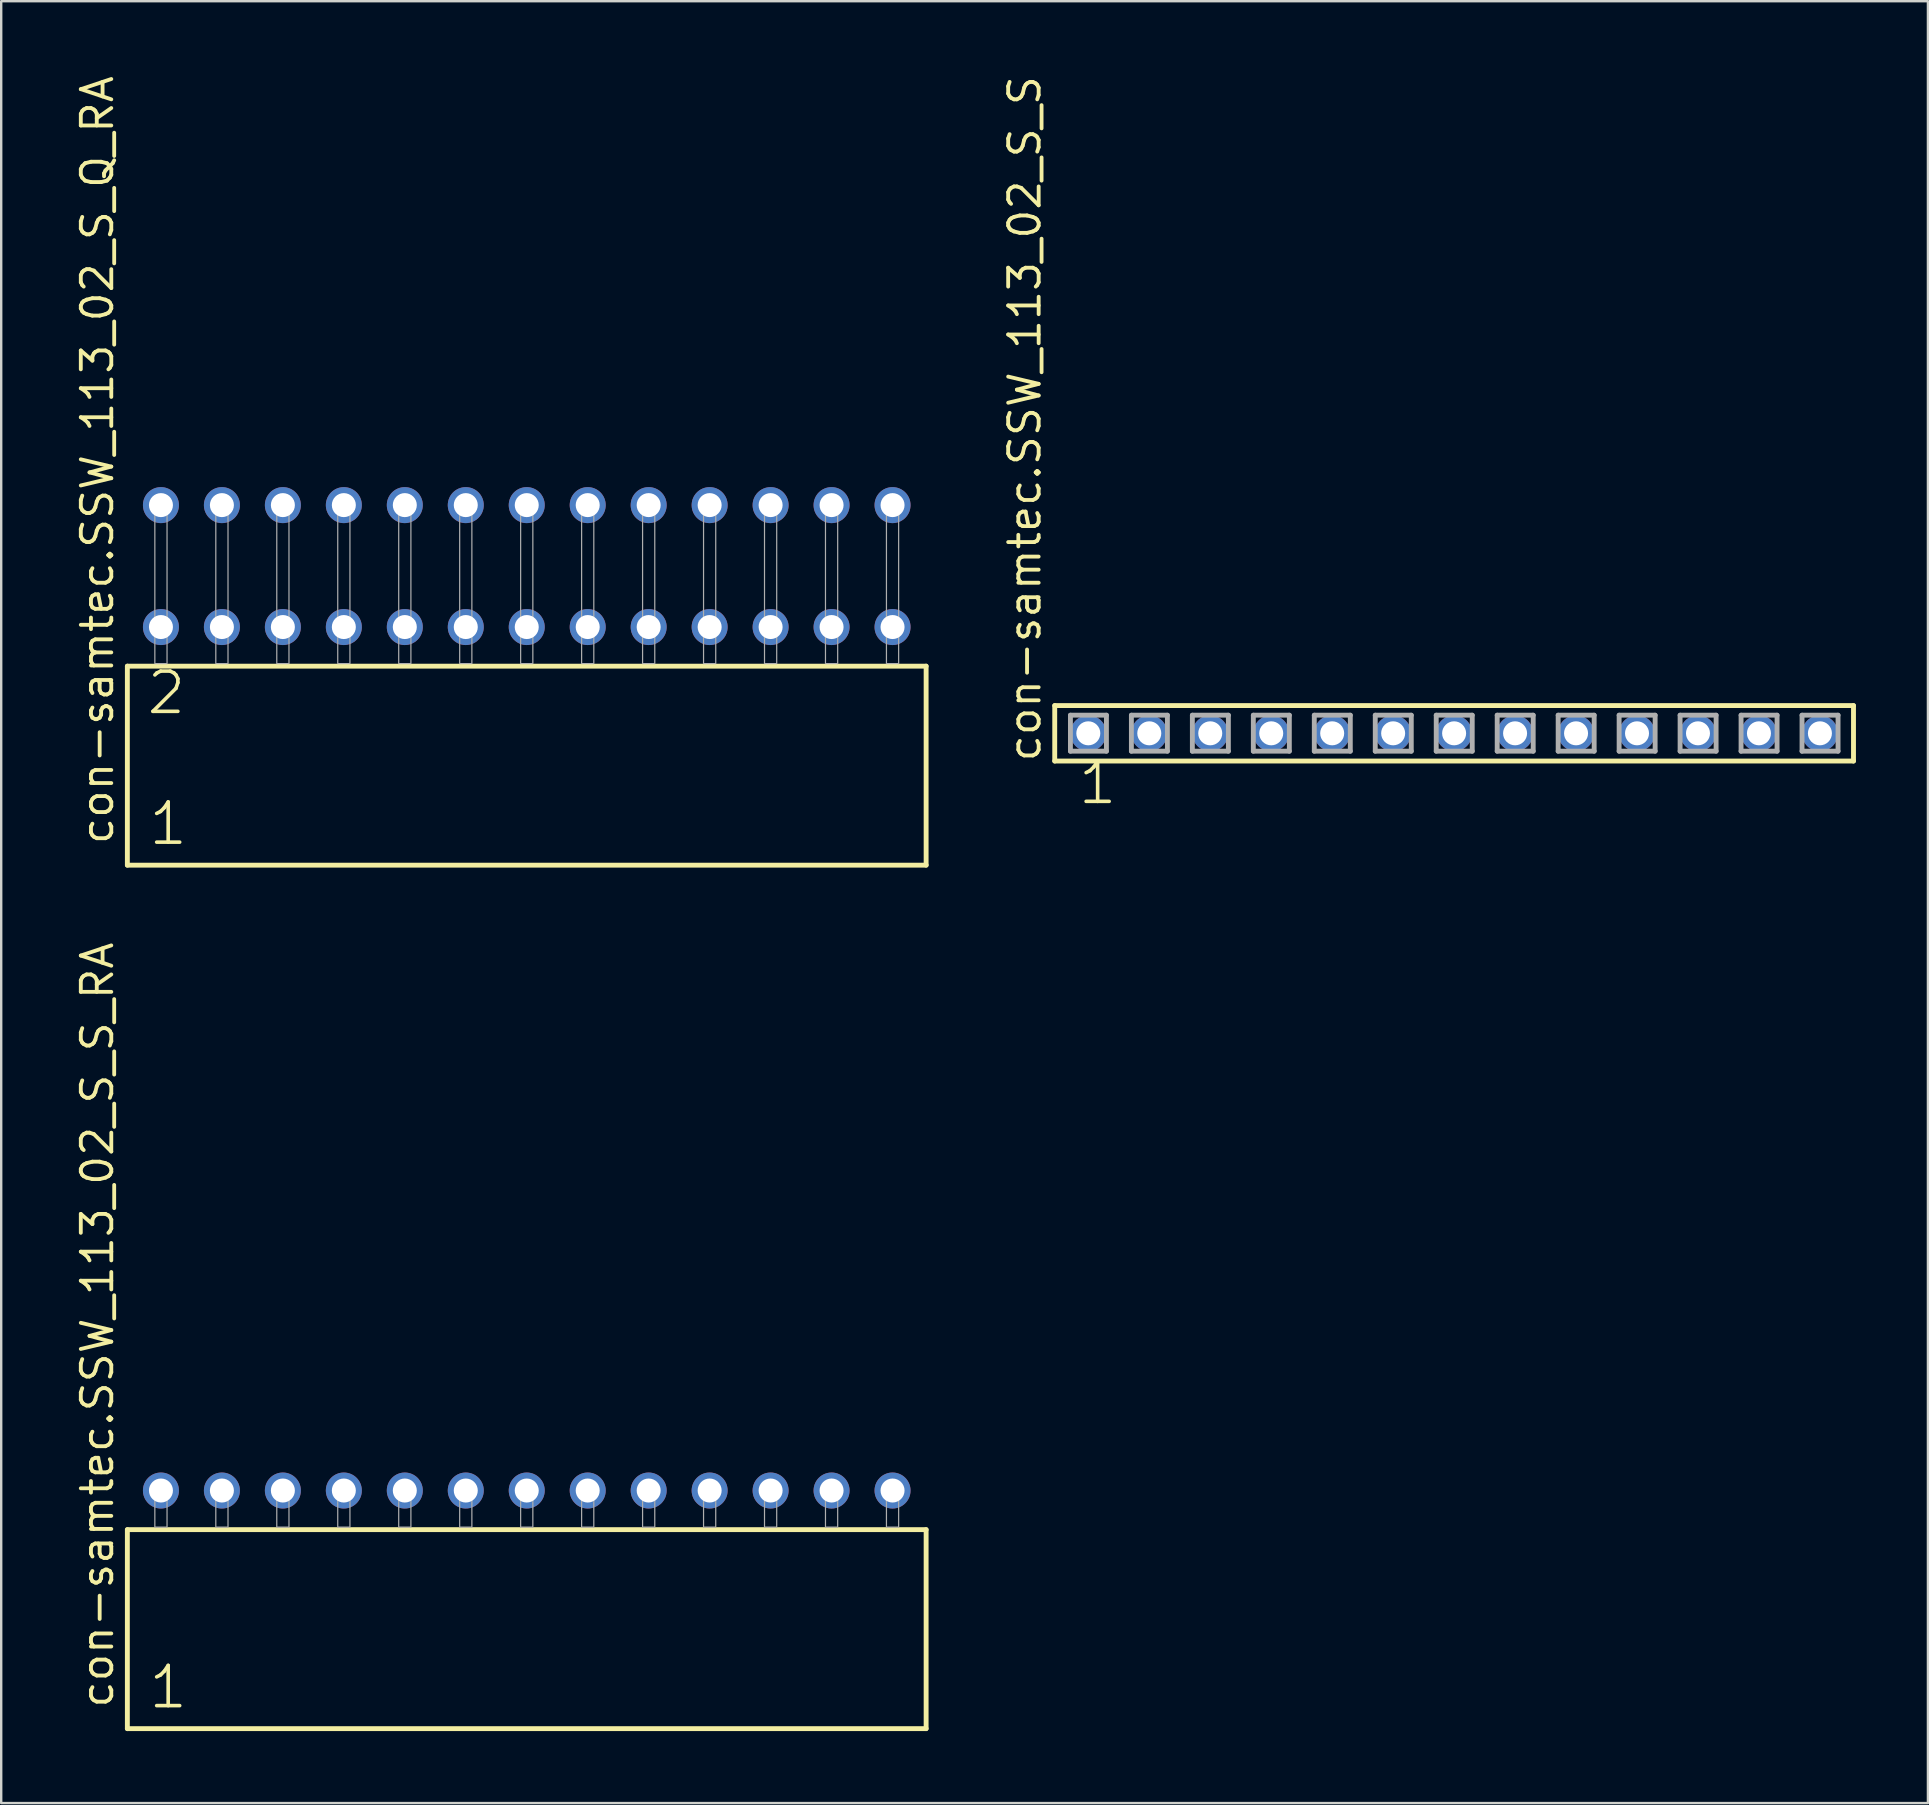
<source format=kicad_pcb>
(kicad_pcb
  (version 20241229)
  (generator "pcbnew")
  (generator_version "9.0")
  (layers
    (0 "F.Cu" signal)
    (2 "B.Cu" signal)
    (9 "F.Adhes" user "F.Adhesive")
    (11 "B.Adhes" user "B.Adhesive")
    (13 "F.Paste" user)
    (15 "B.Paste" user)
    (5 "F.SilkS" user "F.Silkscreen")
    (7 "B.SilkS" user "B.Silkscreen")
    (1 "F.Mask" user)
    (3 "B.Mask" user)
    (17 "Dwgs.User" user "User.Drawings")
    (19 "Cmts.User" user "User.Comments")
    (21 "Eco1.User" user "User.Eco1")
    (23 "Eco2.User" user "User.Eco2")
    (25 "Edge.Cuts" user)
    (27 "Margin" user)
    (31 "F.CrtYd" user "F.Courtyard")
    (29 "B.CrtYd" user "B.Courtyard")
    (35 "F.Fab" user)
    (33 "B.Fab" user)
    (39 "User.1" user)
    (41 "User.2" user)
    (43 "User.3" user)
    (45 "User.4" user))
  (footprint "con-samtec.SSW_113_02_S_S"
    (layer "F.Cu")
    (at 57.531 27.501)
    (property "Reference" "con-samtec.SSW_113_02_S_S" (at -17.145 1.27 90) (layer "F.SilkS") (effects (font (size 1.27 1.27) (thickness 0.16)) (justify left bottom)))
    (attr through_hole)
    (fp_line (start -16.639 -1.155) (end 16.639 -1.155) (stroke (width 0.203) (type default)) (layer "F.SilkS"))
    (fp_line (start -16.639 1.155) (end -16.639 -1.155) (stroke (width 0.203) (type default)) (layer "F.SilkS"))
    (fp_line (start 16.639 -1.155) (end 16.639 1.155) (stroke (width 0.203) (type default)) (layer "F.SilkS"))
    (fp_line (start 16.639 1.155) (end -16.639 1.155) (stroke (width 0.203) (type default)) (layer "F.SilkS"))
    (fp_line (start -15.985 -0.755) (end -14.485 -0.755) (stroke (width 0.203) (type default)) (layer "F.Fab"))
    (fp_line (start -15.985 0.745) (end -15.985 -0.755) (stroke (width 0.203) (type default)) (layer "F.Fab"))
    (fp_line (start -14.485 -0.755) (end -14.485 0.745) (stroke (width 0.203) (type default)) (layer "F.Fab"))
    (fp_line (start -14.485 0.745) (end -15.985 0.745) (stroke (width 0.203) (type default)) (layer "F.Fab"))
    (fp_line (start -13.445 -0.755) (end -11.945 -0.755) (stroke (width 0.203) (type default)) (layer "F.Fab"))
    (fp_line (start -13.445 0.745) (end -13.445 -0.755) (stroke (width 0.203) (type default)) (layer "F.Fab"))
    (fp_line (start -11.945 -0.755) (end -11.945 0.745) (stroke (width 0.203) (type default)) (layer "F.Fab"))
    (fp_line (start -11.945 0.745) (end -13.445 0.745) (stroke (width 0.203) (type default)) (layer "F.Fab"))
    (fp_line (start -10.905 -0.755) (end -9.405 -0.755) (stroke (width 0.203) (type default)) (layer "F.Fab"))
    (fp_line (start -10.905 0.745) (end -10.905 -0.755) (stroke (width 0.203) (type default)) (layer "F.Fab"))
    (fp_line (start -9.405 -0.755) (end -9.405 0.745) (stroke (width 0.203) (type default)) (layer "F.Fab"))
    (fp_line (start -9.405 0.745) (end -10.905 0.745) (stroke (width 0.203) (type default)) (layer "F.Fab"))
    (fp_line (start -8.365 -0.755) (end -6.865 -0.755) (stroke (width 0.203) (type default)) (layer "F.Fab"))
    (fp_line (start -8.365 0.745) (end -8.365 -0.755) (stroke (width 0.203) (type default)) (layer "F.Fab"))
    (fp_line (start -6.865 -0.755) (end -6.865 0.745) (stroke (width 0.203) (type default)) (layer "F.Fab"))
    (fp_line (start -6.865 0.745) (end -8.365 0.745) (stroke (width 0.203) (type default)) (layer "F.Fab"))
    (fp_line (start -5.825 -0.755) (end -4.325 -0.755) (stroke (width 0.203) (type default)) (layer "F.Fab"))
    (fp_line (start -5.825 0.745) (end -5.825 -0.755) (stroke (width 0.203) (type default)) (layer "F.Fab"))
    (fp_line (start -4.325 -0.755) (end -4.325 0.745) (stroke (width 0.203) (type default)) (layer "F.Fab"))
    (fp_line (start -4.325 0.745) (end -5.825 0.745) (stroke (width 0.203) (type default)) (layer "F.Fab"))
    (fp_line (start -3.285 -0.755) (end -1.785 -0.755) (stroke (width 0.203) (type default)) (layer "F.Fab"))
    (fp_line (start -3.285 0.745) (end -3.285 -0.755) (stroke (width 0.203) (type default)) (layer "F.Fab"))
    (fp_line (start -1.785 -0.755) (end -1.785 0.745) (stroke (width 0.203) (type default)) (layer "F.Fab"))
    (fp_line (start -1.785 0.745) (end -3.285 0.745) (stroke (width 0.203) (type default)) (layer "F.Fab"))
    (fp_line (start -0.745 -0.755) (end 0.755 -0.755) (stroke (width 0.203) (type default)) (layer "F.Fab"))
    (fp_line (start -0.745 0.745) (end -0.745 -0.755) (stroke (width 0.203) (type default)) (layer "F.Fab"))
    (fp_line (start 0.755 -0.755) (end 0.755 0.745) (stroke (width 0.203) (type default)) (layer "F.Fab"))
    (fp_line (start 0.755 0.745) (end -0.745 0.745) (stroke (width 0.203) (type default)) (layer "F.Fab"))
    (fp_line (start 1.795 -0.755) (end 3.295 -0.755) (stroke (width 0.203) (type default)) (layer "F.Fab"))
    (fp_line (start 1.795 0.745) (end 1.795 -0.755) (stroke (width 0.203) (type default)) (layer "F.Fab"))
    (fp_line (start 3.295 -0.755) (end 3.295 0.745) (stroke (width 0.203) (type default)) (layer "F.Fab"))
    (fp_line (start 3.295 0.745) (end 1.795 0.745) (stroke (width 0.203) (type default)) (layer "F.Fab"))
    (fp_line (start 4.335 -0.755) (end 5.835 -0.755) (stroke (width 0.203) (type default)) (layer "F.Fab"))
    (fp_line (start 4.335 0.745) (end 4.335 -0.755) (stroke (width 0.203) (type default)) (layer "F.Fab"))
    (fp_line (start 5.835 -0.755) (end 5.835 0.745) (stroke (width 0.203) (type default)) (layer "F.Fab"))
    (fp_line (start 5.835 0.745) (end 4.335 0.745) (stroke (width 0.203) (type default)) (layer "F.Fab"))
    (fp_line (start 6.875 -0.755) (end 8.375 -0.755) (stroke (width 0.203) (type default)) (layer "F.Fab"))
    (fp_line (start 6.875 0.745) (end 6.875 -0.755) (stroke (width 0.203) (type default)) (layer "F.Fab"))
    (fp_line (start 8.375 -0.755) (end 8.375 0.745) (stroke (width 0.203) (type default)) (layer "F.Fab"))
    (fp_line (start 8.375 0.745) (end 6.875 0.745) (stroke (width 0.203) (type default)) (layer "F.Fab"))
    (fp_line (start 9.415 -0.755) (end 10.915 -0.755) (stroke (width 0.203) (type default)) (layer "F.Fab"))
    (fp_line (start 9.415 0.745) (end 9.415 -0.755) (stroke (width 0.203) (type default)) (layer "F.Fab"))
    (fp_line (start 10.915 -0.755) (end 10.915 0.745) (stroke (width 0.203) (type default)) (layer "F.Fab"))
    (fp_line (start 10.915 0.745) (end 9.415 0.745) (stroke (width 0.203) (type default)) (layer "F.Fab"))
    (fp_line (start 11.955 -0.755) (end 13.455 -0.755) (stroke (width 0.203) (type default)) (layer "F.Fab"))
    (fp_line (start 11.955 0.745) (end 11.955 -0.755) (stroke (width 0.203) (type default)) (layer "F.Fab"))
    (fp_line (start 13.455 -0.755) (end 13.455 0.745) (stroke (width 0.203) (type default)) (layer "F.Fab"))
    (fp_line (start 13.455 0.745) (end 11.955 0.745) (stroke (width 0.203) (type default)) (layer "F.Fab"))
    (fp_line (start 14.495 -0.755) (end 15.995 -0.755) (stroke (width 0.203) (type default)) (layer "F.Fab"))
    (fp_line (start 14.495 0.745) (end 14.495 -0.755) (stroke (width 0.203) (type default)) (layer "F.Fab"))
    (fp_line (start 15.995 -0.755) (end 15.995 0.745) (stroke (width 0.203) (type default)) (layer "F.Fab"))
    (fp_line (start 15.995 0.745) (end 14.495 0.745) (stroke (width 0.203) (type default)) (layer "F.Fab"))
    (fp_text user "1" (at -15.748 3.048 0) (layer "F.SilkS") (effects (font (size 1.676 1.676) (thickness 0.15)) (justify left bottom)))
    (pad "1" thru_hole circle (at -15.24 0) (size 1.5 1.5) (drill 1) (layers "*.Cu" "*.Mask"))
    (pad "2" thru_hole circle (at -12.7 0) (size 1.5 1.5) (drill 1) (layers "*.Cu" "*.Mask"))
    (pad "3" thru_hole circle (at -10.16 0) (size 1.5 1.5) (drill 1) (layers "*.Cu" "*.Mask"))
    (pad "4" thru_hole circle (at -7.62 0) (size 1.5 1.5) (drill 1) (layers "*.Cu" "*.Mask"))
    (pad "5" thru_hole circle (at -5.08 0) (size 1.5 1.5) (drill 1) (layers "*.Cu" "*.Mask"))
    (pad "6" thru_hole circle (at -2.54 0) (size 1.5 1.5) (drill 1) (layers "*.Cu" "*.Mask"))
    (pad "7" thru_hole circle (at 0 0) (size 1.5 1.5) (drill 1) (layers "*.Cu" "*.Mask"))
    (pad "8" thru_hole circle (at 2.54 0) (size 1.5 1.5) (drill 1) (layers "*.Cu" "*.Mask"))
    (pad "9" thru_hole circle (at 5.08 0) (size 1.5 1.5) (drill 1) (layers "*.Cu" "*.Mask"))
    (pad "10" thru_hole circle (at 7.62 0) (size 1.5 1.5) (drill 1) (layers "*.Cu" "*.Mask"))
    (pad "11" thru_hole circle (at 10.16 0) (size 1.5 1.5) (drill 1) (layers "*.Cu" "*.Mask"))
    (pad "12" thru_hole circle (at 12.7 0) (size 1.5 1.5) (drill 1) (layers "*.Cu" "*.Mask"))
    (pad "13" thru_hole circle (at 15.24 0) (size 1.5 1.5) (drill 1) (layers "*.Cu" "*.Mask")))
  (footprint "con-samtec.SSW_113_02_S_S_RA"
    (layer "F.Cu")
    (at 18.895 60.572)
    (property "Reference" "con-samtec.SSW_113_02_S_S_RA" (at -17.145 7.62 90) (layer "F.SilkS") (effects (font (size 1.27 1.27) (thickness 0.16)) (justify left bottom)))
    (attr through_hole)
    (fp_line (start -16.639 0.106) (end -16.639 8.396) (stroke (width 0.203) (type default)) (layer "F.SilkS"))
    (fp_line (start -16.639 8.396) (end 16.639 8.396) (stroke (width 0.203) (type default)) (layer "F.SilkS"))
    (fp_line (start 16.639 0.106) (end -16.639 0.106) (stroke (width 0.203) (type default)) (layer "F.SilkS"))
    (fp_line (start 16.639 8.396) (end 16.639 0.106) (stroke (width 0.203) (type default)) (layer "F.SilkS"))
    (fp_rect (start -15.494 0) (end -14.986 -1.778) (stroke (width 0.05) (type default)) (fill no) (layer "F.Fab"))
    (fp_rect (start -12.954 0) (end -12.446 -1.778) (stroke (width 0.05) (type default)) (fill no) (layer "F.Fab"))
    (fp_rect (start -10.414 0) (end -9.906 -1.778) (stroke (width 0.05) (type default)) (fill no) (layer "F.Fab"))
    (fp_rect (start -7.874 0) (end -7.366 -1.778) (stroke (width 0.05) (type default)) (fill no) (layer "F.Fab"))
    (fp_rect (start -5.334 0) (end -4.826 -1.778) (stroke (width 0.05) (type default)) (fill no) (layer "F.Fab"))
    (fp_rect (start -2.794 0) (end -2.286 -1.778) (stroke (width 0.05) (type default)) (fill no) (layer "F.Fab"))
    (fp_rect (start -0.254 0) (end 0.254 -1.778) (stroke (width 0.05) (type default)) (fill no) (layer "F.Fab"))
    (fp_rect (start 2.286 0) (end 2.794 -1.778) (stroke (width 0.05) (type default)) (fill no) (layer "F.Fab"))
    (fp_rect (start 4.826 0) (end 5.334 -1.778) (stroke (width 0.05) (type default)) (fill no) (layer "F.Fab"))
    (fp_rect (start 7.366 0) (end 7.874 -1.778) (stroke (width 0.05) (type default)) (fill no) (layer "F.Fab"))
    (fp_rect (start 9.906 0) (end 10.414 -1.778) (stroke (width 0.05) (type default)) (fill no) (layer "F.Fab"))
    (fp_rect (start 12.446 0) (end 12.954 -1.778) (stroke (width 0.05) (type default)) (fill no) (layer "F.Fab"))
    (fp_rect (start 14.986 0) (end 15.494 -1.778) (stroke (width 0.05) (type default)) (fill no) (layer "F.Fab"))
    (fp_text user "1" (at -15.835 7.65 0) (layer "F.SilkS") (effects (font (size 1.676 1.676) (thickness 0.15)) (justify left bottom)))
    (pad "1" thru_hole circle (at -15.24 -1.524) (size 1.5 1.5) (drill 1) (layers "*.Cu" "*.Mask"))
    (pad "2" thru_hole circle (at -12.7 -1.524) (size 1.5 1.5) (drill 1) (layers "*.Cu" "*.Mask"))
    (pad "3" thru_hole circle (at -10.16 -1.524) (size 1.5 1.5) (drill 1) (layers "*.Cu" "*.Mask"))
    (pad "4" thru_hole circle (at -7.62 -1.524) (size 1.5 1.5) (drill 1) (layers "*.Cu" "*.Mask"))
    (pad "5" thru_hole circle (at -5.08 -1.524) (size 1.5 1.5) (drill 1) (layers "*.Cu" "*.Mask"))
    (pad "6" thru_hole circle (at -2.54 -1.524) (size 1.5 1.5) (drill 1) (layers "*.Cu" "*.Mask"))
    (pad "7" thru_hole circle (at 0 -1.524) (size 1.5 1.5) (drill 1) (layers "*.Cu" "*.Mask"))
    (pad "8" thru_hole circle (at 2.54 -1.524) (size 1.5 1.5) (drill 1) (layers "*.Cu" "*.Mask"))
    (pad "9" thru_hole circle (at 5.08 -1.524) (size 1.5 1.5) (drill 1) (layers "*.Cu" "*.Mask"))
    (pad "10" thru_hole circle (at 7.62 -1.524) (size 1.5 1.5) (drill 1) (layers "*.Cu" "*.Mask"))
    (pad "11" thru_hole circle (at 10.16 -1.524) (size 1.5 1.5) (drill 1) (layers "*.Cu" "*.Mask"))
    (pad "12" thru_hole circle (at 12.7 -1.524) (size 1.5 1.5) (drill 1) (layers "*.Cu" "*.Mask"))
    (pad "13" thru_hole circle (at 15.24 -1.524) (size 1.5 1.5) (drill 1) (layers "*.Cu" "*.Mask")))
  (footprint "con-samtec.SSW_113_02_S_Q_RA"
    (layer "F.Cu")
    (at 18.895 24.598)
    (property "Reference" "con-samtec.SSW_113_02_S_Q_RA" (at -17.145 7.62 90) (layer "F.SilkS") (effects (font (size 1.27 1.27) (thickness 0.16)) (justify left bottom)))
    (attr through_hole)
    (fp_line (start -16.639 0.106) (end -16.639 8.396) (stroke (width 0.203) (type default)) (layer "F.SilkS"))
    (fp_line (start -16.639 8.396) (end 16.639 8.396) (stroke (width 0.203) (type default)) (layer "F.SilkS"))
    (fp_line (start 16.639 0.106) (end -16.639 0.106) (stroke (width 0.203) (type default)) (layer "F.SilkS"))
    (fp_line (start 16.639 8.396) (end 16.639 0.106) (stroke (width 0.203) (type default)) (layer "F.SilkS"))
    (fp_rect (start -15.494 0) (end -14.986 -6.858) (stroke (width 0.05) (type default)) (fill no) (layer "F.Fab"))
    (fp_rect (start -12.954 0) (end -12.446 -6.858) (stroke (width 0.05) (type default)) (fill no) (layer "F.Fab"))
    (fp_rect (start -10.414 0) (end -9.906 -6.858) (stroke (width 0.05) (type default)) (fill no) (layer "F.Fab"))
    (fp_rect (start -7.874 0) (end -7.366 -6.858) (stroke (width 0.05) (type default)) (fill no) (layer "F.Fab"))
    (fp_rect (start -5.334 0) (end -4.826 -6.858) (stroke (width 0.05) (type default)) (fill no) (layer "F.Fab"))
    (fp_rect (start -2.794 0) (end -2.286 -6.858) (stroke (width 0.05) (type default)) (fill no) (layer "F.Fab"))
    (fp_rect (start -0.254 0) (end 0.254 -6.858) (stroke (width 0.05) (type default)) (fill no) (layer "F.Fab"))
    (fp_rect (start 2.286 0) (end 2.794 -6.858) (stroke (width 0.05) (type default)) (fill no) (layer "F.Fab"))
    (fp_rect (start 4.826 0) (end 5.334 -6.858) (stroke (width 0.05) (type default)) (fill no) (layer "F.Fab"))
    (fp_rect (start 7.366 0) (end 7.874 -6.858) (stroke (width 0.05) (type default)) (fill no) (layer "F.Fab"))
    (fp_rect (start 9.906 0) (end 10.414 -6.858) (stroke (width 0.05) (type default)) (fill no) (layer "F.Fab"))
    (fp_rect (start 12.446 0) (end 12.954 -6.858) (stroke (width 0.05) (type default)) (fill no) (layer "F.Fab"))
    (fp_rect (start 14.986 0) (end 15.494 -6.858) (stroke (width 0.05) (type default)) (fill no) (layer "F.Fab"))
    (fp_text user "2" (at -15.91 2.2 0) (layer "F.SilkS") (effects (font (size 1.676 1.676) (thickness 0.15)) (justify left bottom)))
    (fp_text user "1" (at -15.835 7.65 0) (layer "F.SilkS") (effects (font (size 1.676 1.676) (thickness 0.15)) (justify left bottom)))
    (pad "1" thru_hole circle (at -15.24 -1.524) (size 1.5 1.5) (drill 1) (layers "*.Cu" "*.Mask"))
    (pad "2" thru_hole circle (at -15.24 -6.604) (size 1.5 1.5) (drill 1) (layers "*.Cu" "*.Mask"))
    (pad "3" thru_hole circle (at -12.7 -1.524) (size 1.5 1.5) (drill 1) (layers "*.Cu" "*.Mask"))
    (pad "4" thru_hole circle (at -12.7 -6.604) (size 1.5 1.5) (drill 1) (layers "*.Cu" "*.Mask"))
    (pad "5" thru_hole circle (at -10.16 -1.524) (size 1.5 1.5) (drill 1) (layers "*.Cu" "*.Mask"))
    (pad "6" thru_hole circle (at -10.16 -6.604) (size 1.5 1.5) (drill 1) (layers "*.Cu" "*.Mask"))
    (pad "7" thru_hole circle (at -7.62 -1.524) (size 1.5 1.5) (drill 1) (layers "*.Cu" "*.Mask"))
    (pad "8" thru_hole circle (at -7.62 -6.604) (size 1.5 1.5) (drill 1) (layers "*.Cu" "*.Mask"))
    (pad "9" thru_hole circle (at -5.08 -1.524) (size 1.5 1.5) (drill 1) (layers "*.Cu" "*.Mask"))
    (pad "10" thru_hole circle (at -5.08 -6.604) (size 1.5 1.5) (drill 1) (layers "*.Cu" "*.Mask"))
    (pad "11" thru_hole circle (at -2.54 -1.524) (size 1.5 1.5) (drill 1) (layers "*.Cu" "*.Mask"))
    (pad "12" thru_hole circle (at -2.54 -6.604) (size 1.5 1.5) (drill 1) (layers "*.Cu" "*.Mask"))
    (pad "13" thru_hole circle (at 0 -1.524) (size 1.5 1.5) (drill 1) (layers "*.Cu" "*.Mask"))
    (pad "14" thru_hole circle (at 0 -6.604) (size 1.5 1.5) (drill 1) (layers "*.Cu" "*.Mask"))
    (pad "15" thru_hole circle (at 2.54 -1.524) (size 1.5 1.5) (drill 1) (layers "*.Cu" "*.Mask"))
    (pad "16" thru_hole circle (at 2.54 -6.604) (size 1.5 1.5) (drill 1) (layers "*.Cu" "*.Mask"))
    (pad "17" thru_hole circle (at 5.08 -1.524) (size 1.5 1.5) (drill 1) (layers "*.Cu" "*.Mask"))
    (pad "18" thru_hole circle (at 5.08 -6.604) (size 1.5 1.5) (drill 1) (layers "*.Cu" "*.Mask"))
    (pad "19" thru_hole circle (at 7.62 -1.524) (size 1.5 1.5) (drill 1) (layers "*.Cu" "*.Mask"))
    (pad "20" thru_hole circle (at 7.62 -6.604) (size 1.5 1.5) (drill 1) (layers "*.Cu" "*.Mask"))
    (pad "21" thru_hole circle (at 10.16 -1.524) (size 1.5 1.5) (drill 1) (layers "*.Cu" "*.Mask"))
    (pad "22" thru_hole circle (at 10.16 -6.604) (size 1.5 1.5) (drill 1) (layers "*.Cu" "*.Mask"))
    (pad "23" thru_hole circle (at 12.7 -1.524) (size 1.5 1.5) (drill 1) (layers "*.Cu" "*.Mask"))
    (pad "24" thru_hole circle (at 12.7 -6.604) (size 1.5 1.5) (drill 1) (layers "*.Cu" "*.Mask"))
    (pad "25" thru_hole circle (at 15.24 -1.524) (size 1.5 1.5) (drill 1) (layers "*.Cu" "*.Mask"))
    (pad "26" thru_hole circle (at 15.24 -6.604) (size 1.5 1.5) (drill 1) (layers "*.Cu" "*.Mask")))
  (gr_rect
    (start -3 -3)
    (end 77.271 72.07)
    (stroke (width 0.1) (type default))
    (fill no)
    (layer "Edge.Cuts")))
</source>
